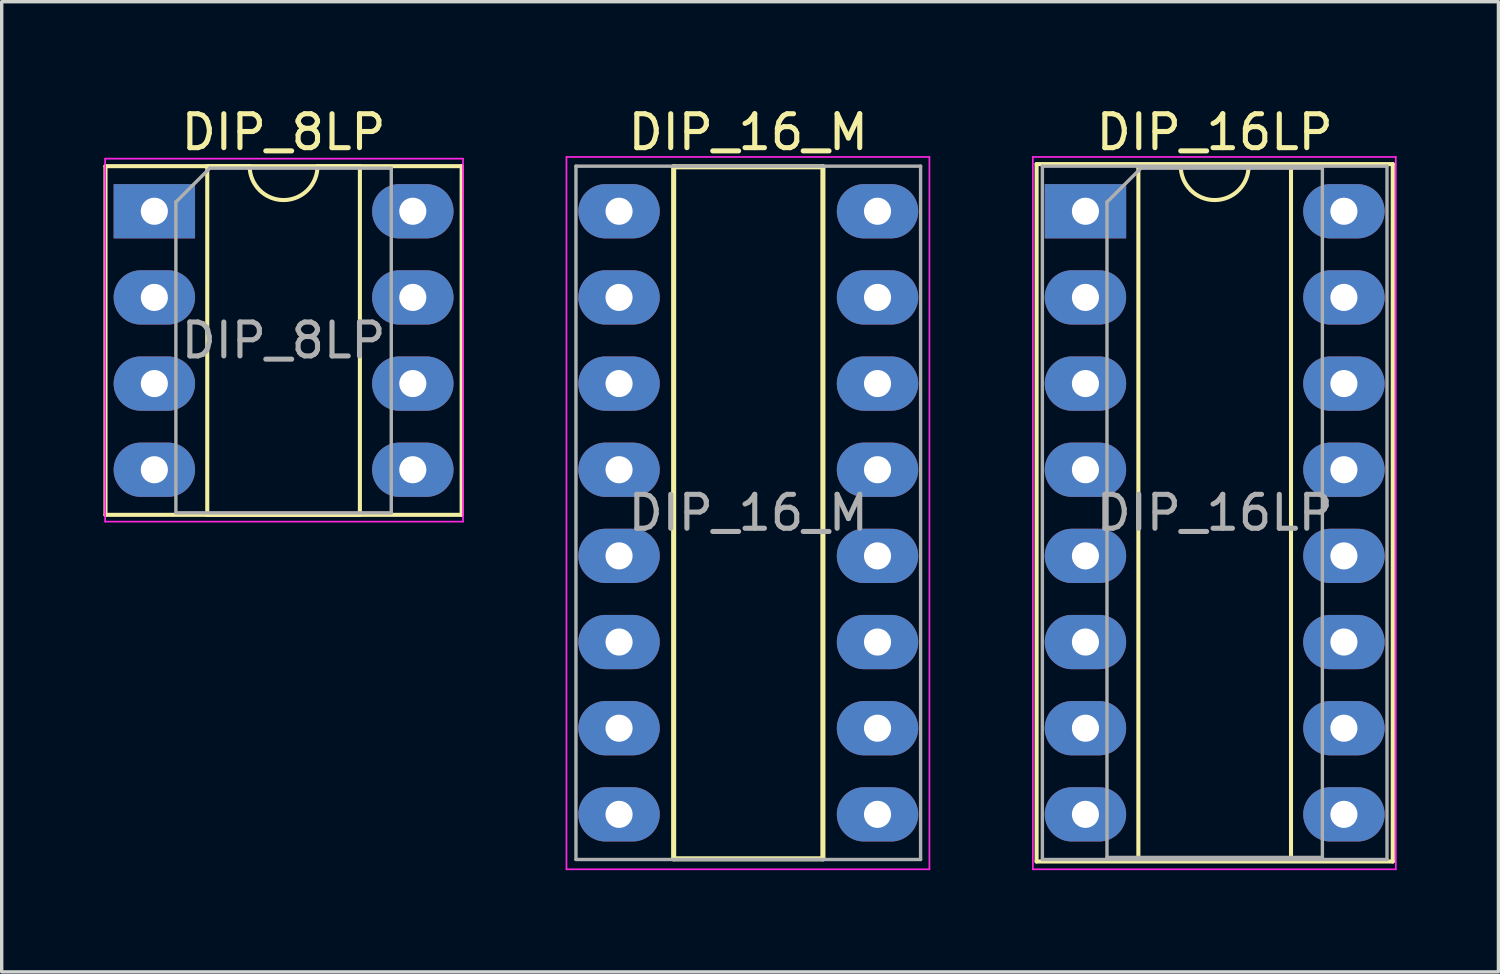
<source format=kicad_pcb>
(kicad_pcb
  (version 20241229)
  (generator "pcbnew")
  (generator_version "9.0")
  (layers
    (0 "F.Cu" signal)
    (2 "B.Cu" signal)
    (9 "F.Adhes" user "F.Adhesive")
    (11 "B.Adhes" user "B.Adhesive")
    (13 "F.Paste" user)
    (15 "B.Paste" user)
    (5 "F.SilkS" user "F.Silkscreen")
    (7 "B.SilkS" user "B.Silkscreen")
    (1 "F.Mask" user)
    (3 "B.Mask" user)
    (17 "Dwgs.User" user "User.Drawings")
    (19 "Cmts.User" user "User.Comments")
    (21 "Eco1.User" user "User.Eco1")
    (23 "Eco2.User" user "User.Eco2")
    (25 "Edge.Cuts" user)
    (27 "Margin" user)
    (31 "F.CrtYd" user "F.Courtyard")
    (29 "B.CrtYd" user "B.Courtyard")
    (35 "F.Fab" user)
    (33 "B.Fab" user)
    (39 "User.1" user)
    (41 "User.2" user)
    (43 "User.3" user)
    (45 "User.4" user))
  (footprint "DIP_16_M"
    (layer "F.Cu")
    (at 19.01 12.068)
    (property "Reference" "DIP_16_M" (at 0 -11.22 0) (layer "F.SilkS") (effects (font (size 1 1) (thickness 0.15))))
    (attr through_hole)
    (fp_line (start -2.2 -10.2) (end -2.2 10.2) (stroke (width 0.15) (type solid)) (layer "F.SilkS"))
    (fp_line (start -2.2 10.2) (end 2.2 10.2) (stroke (width 0.15) (type solid)) (layer "F.SilkS"))
    (fp_line (start 2.2 -10.2) (end -2.2 -10.2) (stroke (width 0.15) (type solid)) (layer "F.SilkS"))
    (fp_line (start 2.2 10.2) (end 2.2 -10.2) (stroke (width 0.15) (type solid)) (layer "F.SilkS"))
    (fp_line (start -5.36 -10.49) (end -5.36 10.51) (stroke (width 0.05) (type solid)) (layer "F.CrtYd"))
    (fp_line (start -5.36 10.51) (end 5.34 10.51) (stroke (width 0.05) (type solid)) (layer "F.CrtYd"))
    (fp_line (start 5.34 -10.49) (end -5.36 -10.49) (stroke (width 0.05) (type solid)) (layer "F.CrtYd"))
    (fp_line (start 5.34 10.51) (end 5.34 -10.49) (stroke (width 0.05) (type solid)) (layer "F.CrtYd"))
    (fp_line (start -5.08 -10.22) (end -5.08 10.22) (stroke (width 0.1) (type solid)) (layer "F.Fab"))
    (fp_line (start -5.08 10.22) (end 5.08 10.22) (stroke (width 0.1) (type solid)) (layer "F.Fab"))
    (fp_line (start 5.08 -10.22) (end -5.08 -10.22) (stroke (width 0.1) (type solid)) (layer "F.Fab"))
    (fp_line (start 5.08 10.22) (end 5.08 -10.22) (stroke (width 0.1) (type solid)) (layer "F.Fab"))
    (fp_text user "${REFERENCE}" (at 0 0 0) (layer "F.Fab") (effects (font (size 1 1) (thickness 0.15))))
    (pad "1" thru_hole oval (at -3.81 -8.89) (size 2.4 1.6) (drill 0.8) (layers "*.Cu" "*.Paste" "*.Mask"))
    (pad "2" thru_hole oval (at -3.81 -6.35) (size 2.4 1.6) (drill 0.8) (layers "*.Cu" "*.Paste" "*.Mask"))
    (pad "3" thru_hole oval (at -3.81 -3.81) (size 2.4 1.6) (drill 0.8) (layers "*.Cu" "*.Paste" "*.Mask"))
    (pad "4" thru_hole oval (at -3.81 -1.27) (size 2.4 1.6) (drill 0.8) (layers "*.Cu" "*.Paste" "*.Mask"))
    (pad "5" thru_hole oval (at -3.81 1.27) (size 2.4 1.6) (drill 0.8) (layers "*.Cu" "*.Paste" "*.Mask"))
    (pad "6" thru_hole oval (at -3.81 3.81) (size 2.4 1.6) (drill 0.8) (layers "*.Cu" "*.Paste" "*.Mask"))
    (pad "7" thru_hole oval (at -3.81 6.35) (size 2.4 1.6) (drill 0.8) (layers "*.Cu" "*.Paste" "*.Mask"))
    (pad "8" thru_hole oval (at -3.81 8.89) (size 2.4 1.6) (drill 0.8) (layers "*.Cu" "*.Paste" "*.Mask"))
    (pad "9" thru_hole oval (at 3.81 8.89) (size 2.4 1.6) (drill 0.8) (layers "*.Cu" "*.Paste" "*.Mask"))
    (pad "10" thru_hole oval (at 3.81 6.35) (size 2.4 1.6) (drill 0.8) (layers "*.Cu" "*.Paste" "*.Mask"))
    (pad "11" thru_hole oval (at 3.81 3.81) (size 2.4 1.6) (drill 0.8) (layers "*.Cu" "*.Paste" "*.Mask"))
    (pad "12" thru_hole oval (at 3.81 1.27) (size 2.4 1.6) (drill 0.8) (layers "*.Cu" "*.Paste" "*.Mask"))
    (pad "13" thru_hole oval (at 3.81 -1.27) (size 2.4 1.6) (drill 0.8) (layers "*.Cu" "*.Paste" "*.Mask"))
    (pad "14" thru_hole oval (at 3.81 -3.81) (size 2.4 1.6) (drill 0.8) (layers "*.Cu" "*.Paste" "*.Mask"))
    (pad "15" thru_hole oval (at 3.81 -6.35) (size 2.4 1.6) (drill 0.8) (layers "*.Cu" "*.Paste" "*.Mask"))
    (pad "16" thru_hole oval (at 3.81 -8.89) (size 2.4 1.6) (drill 0.8) (layers "*.Cu" "*.Paste" "*.Mask")))
  (footprint "DIP_8LP"
    (layer "F.Cu")
    (at 5.31 6.988)
    (property "Reference" "DIP_8LP" (at 0 -6.14 0) (layer "F.SilkS") (effects (font (size 1 1) (thickness 0.15))))
    (attr through_hole)
    (fp_line (start -5.25 -5.14) (end 5.25 -5.14) (stroke (width 0.12) (type solid)) (layer "F.SilkS"))
    (fp_line (start -5.25 5.14) (end -5.25 -5.14) (stroke (width 0.12) (type solid)) (layer "F.SilkS"))
    (fp_line (start -2.25 -5.14) (end -2.25 5.14) (stroke (width 0.12) (type solid)) (layer "F.SilkS"))
    (fp_line (start -2.25 5.14) (end 2.25 5.14) (stroke (width 0.12) (type solid)) (layer "F.SilkS"))
    (fp_line (start -1 -5.14) (end -2.25 -5.14) (stroke (width 0.12) (type solid)) (layer "F.SilkS"))
    (fp_line (start 2.25 -5.14) (end 1 -5.14) (stroke (width 0.12) (type solid)) (layer "F.SilkS"))
    (fp_line (start 2.25 5.14) (end 2.25 -5.14) (stroke (width 0.12) (type solid)) (layer "F.SilkS"))
    (fp_line (start 5.25 -5.14) (end 5.25 5.14) (stroke (width 0.12) (type solid)) (layer "F.SilkS"))
    (fp_line (start 5.25 5.14) (end -5.25 5.14) (stroke (width 0.12) (type solid)) (layer "F.SilkS"))
    (fp_arc (start 1 -5.14) (mid 0 -4.14) (end -1 -5.14) (stroke (width 0.12) (type solid)) (layer "F.SilkS"))
    (fp_line (start -5.26 -5.36) (end -5.26 5.34) (stroke (width 0.05) (type solid)) (layer "F.CrtYd"))
    (fp_line (start -5.26 5.34) (end 5.29 5.34) (stroke (width 0.05) (type solid)) (layer "F.CrtYd"))
    (fp_line (start 5.29 -5.36) (end -5.26 -5.36) (stroke (width 0.05) (type solid)) (layer "F.CrtYd"))
    (fp_line (start 5.29 5.34) (end 5.29 -5.36) (stroke (width 0.05) (type solid)) (layer "F.CrtYd"))
    (fp_line (start -3.175 -4.08) (end -2.175 -5.08) (stroke (width 0.1) (type solid)) (layer "F.Fab"))
    (fp_line (start -3.175 5.08) (end -3.175 -4.08) (stroke (width 0.1) (type solid)) (layer "F.Fab"))
    (fp_line (start -2.175 -5.08) (end 3.175 -5.08) (stroke (width 0.1) (type solid)) (layer "F.Fab"))
    (fp_line (start 3.175 -5.08) (end 3.175 5.08) (stroke (width 0.1) (type solid)) (layer "F.Fab"))
    (fp_line (start 3.175 5.08) (end -3.175 5.08) (stroke (width 0.1) (type solid)) (layer "F.Fab"))
    (fp_text user "${REFERENCE}" (at 0 0 0) (layer "F.Fab") (effects (font (size 1 1) (thickness 0.15))))
    (pad "1" thru_hole rect (at -3.81 -3.81) (size 2.4 1.6) (drill 0.8) (layers "*.Cu" "*.Mask" "B.Paste"))
    (pad "2" thru_hole oval (at -3.81 -1.27) (size 2.4 1.6) (drill 0.8) (layers "*.Cu" "*.Mask" "B.Paste"))
    (pad "3" thru_hole oval (at -3.81 1.27) (size 2.4 1.6) (drill 0.8) (layers "*.Cu" "*.Mask" "B.Paste"))
    (pad "4" thru_hole oval (at -3.81 3.81) (size 2.4 1.6) (drill 0.8) (layers "*.Cu" "*.Mask" "B.Paste"))
    (pad "5" thru_hole oval (at 3.81 3.81) (size 2.4 1.6) (drill 0.8) (layers "*.Cu" "*.Mask" "B.Paste"))
    (pad "6" thru_hole oval (at 3.81 1.27) (size 2.4 1.6) (drill 0.8) (layers "*.Cu" "*.Mask" "B.Paste"))
    (pad "7" thru_hole oval (at 3.81 -1.27) (size 2.4 1.6) (drill 0.8) (layers "*.Cu" "*.Mask" "B.Paste"))
    (pad "8" thru_hole oval (at 3.81 -3.81) (size 2.4 1.6) (drill 0.8) (layers "*.Cu" "*.Mask" "B.Paste")))
  (footprint "DIP_16LP"
    (layer "F.Cu")
    (at 32.76 12.068)
    (property "Reference" "DIP_16LP" (at 0 -11.22 0) (layer "F.SilkS") (effects (font (size 1 1) (thickness 0.15))))
    (attr through_hole)
    (fp_line (start -5.25 -10.28) (end -5.25 10.28) (stroke (width 0.12) (type solid)) (layer "F.SilkS"))
    (fp_line (start -5.25 10.28) (end 5.25 10.28) (stroke (width 0.12) (type solid)) (layer "F.SilkS"))
    (fp_line (start -2.25 -10.22) (end -2.25 10.22) (stroke (width 0.12) (type solid)) (layer "F.SilkS"))
    (fp_line (start -2.25 10.22) (end 2.25 10.22) (stroke (width 0.12) (type solid)) (layer "F.SilkS"))
    (fp_line (start -1 -10.22) (end -2.25 -10.22) (stroke (width 0.12) (type solid)) (layer "F.SilkS"))
    (fp_line (start 2.25 -10.22) (end 1 -10.22) (stroke (width 0.12) (type solid)) (layer "F.SilkS"))
    (fp_line (start 2.25 10.22) (end 2.25 -10.22) (stroke (width 0.12) (type solid)) (layer "F.SilkS"))
    (fp_line (start 5.25 -10.28) (end -5.25 -10.28) (stroke (width 0.12) (type solid)) (layer "F.SilkS"))
    (fp_line (start 5.25 10.28) (end 5.25 -10.28) (stroke (width 0.12) (type solid)) (layer "F.SilkS"))
    (fp_arc (start 1 -10.22) (mid 0 -9.22) (end -1 -10.22) (stroke (width 0.12) (type solid)) (layer "F.SilkS"))
    (fp_line (start -5.36 -10.49) (end -5.36 10.51) (stroke (width 0.05) (type solid)) (layer "F.CrtYd"))
    (fp_line (start -5.36 10.51) (end 5.34 10.51) (stroke (width 0.05) (type solid)) (layer "F.CrtYd"))
    (fp_line (start 5.34 -10.49) (end -5.36 -10.49) (stroke (width 0.05) (type solid)) (layer "F.CrtYd"))
    (fp_line (start 5.34 10.51) (end 5.34 -10.49) (stroke (width 0.05) (type solid)) (layer "F.CrtYd"))
    (fp_line (start -5.08 -10.22) (end -5.08 10.22) (stroke (width 0.1) (type solid)) (layer "F.Fab"))
    (fp_line (start -5.08 10.22) (end 5.08 10.22) (stroke (width 0.1) (type solid)) (layer "F.Fab"))
    (fp_line (start -3.175 -9.16) (end -2.175 -10.16) (stroke (width 0.1) (type solid)) (layer "F.Fab"))
    (fp_line (start -3.175 10.16) (end -3.175 -9.16) (stroke (width 0.1) (type solid)) (layer "F.Fab"))
    (fp_line (start -2.175 -10.16) (end 3.175 -10.16) (stroke (width 0.1) (type solid)) (layer "F.Fab"))
    (fp_line (start 3.175 -10.16) (end 3.175 10.16) (stroke (width 0.1) (type solid)) (layer "F.Fab"))
    (fp_line (start 3.175 10.16) (end -3.175 10.16) (stroke (width 0.1) (type solid)) (layer "F.Fab"))
    (fp_line (start 5.08 -10.22) (end -5.08 -10.22) (stroke (width 0.1) (type solid)) (layer "F.Fab"))
    (fp_line (start 5.08 10.22) (end 5.08 -10.22) (stroke (width 0.1) (type solid)) (layer "F.Fab"))
    (fp_text user "${REFERENCE}" (at 0 0 0) (layer "F.Fab") (effects (font (size 1 1) (thickness 0.15))))
    (pad "1" thru_hole rect (at -3.81 -8.89) (size 2.4 1.6) (drill 0.8) (layers "*.Cu" "*.Mask" "B.Paste"))
    (pad "2" thru_hole oval (at -3.81 -6.35) (size 2.4 1.6) (drill 0.8) (layers "*.Cu" "*.Mask" "B.Paste"))
    (pad "3" thru_hole oval (at -3.81 -3.81) (size 2.4 1.6) (drill 0.8) (layers "*.Cu" "*.Mask" "B.Paste"))
    (pad "4" thru_hole oval (at -3.81 -1.27) (size 2.4 1.6) (drill 0.8) (layers "*.Cu" "*.Mask" "B.Paste"))
    (pad "5" thru_hole oval (at -3.81 1.27) (size 2.4 1.6) (drill 0.8) (layers "*.Cu" "*.Mask" "B.Paste"))
    (pad "6" thru_hole oval (at -3.81 3.81) (size 2.4 1.6) (drill 0.8) (layers "*.Cu" "*.Mask" "B.Paste"))
    (pad "7" thru_hole oval (at -3.81 6.35) (size 2.4 1.6) (drill 0.8) (layers "*.Cu" "*.Mask" "B.Paste"))
    (pad "8" thru_hole oval (at -3.81 8.89) (size 2.4 1.6) (drill 0.8) (layers "*.Cu" "*.Mask" "B.Paste"))
    (pad "9" thru_hole oval (at 3.81 8.89) (size 2.4 1.6) (drill 0.8) (layers "*.Cu" "*.Mask" "B.Paste"))
    (pad "10" thru_hole oval (at 3.81 6.35) (size 2.4 1.6) (drill 0.8) (layers "*.Cu" "*.Mask" "B.Paste"))
    (pad "11" thru_hole oval (at 3.81 3.81) (size 2.4 1.6) (drill 0.8) (layers "*.Cu" "*.Mask" "B.Paste"))
    (pad "12" thru_hole oval (at 3.81 1.27) (size 2.4 1.6) (drill 0.8) (layers "*.Cu" "*.Mask" "B.Paste"))
    (pad "13" thru_hole oval (at 3.81 -1.27) (size 2.4 1.6) (drill 0.8) (layers "*.Cu" "*.Mask" "B.Paste"))
    (pad "14" thru_hole oval (at 3.81 -3.81) (size 2.4 1.6) (drill 0.8) (layers "*.Cu" "*.Mask" "B.Paste"))
    (pad "15" thru_hole oval (at 3.81 -6.35) (size 2.4 1.6) (drill 0.8) (layers "*.Cu" "*.Mask" "B.Paste"))
    (pad "16" thru_hole oval (at 3.81 -8.89) (size 2.4 1.6) (drill 0.8) (layers "*.Cu" "*.Mask" "B.Paste")))
  (gr_rect
    (start -3 -3)
    (end 41.125 25.603)
    (stroke (width 0.1) (type default))
    (fill no)
    (layer "Edge.Cuts")))
</source>
